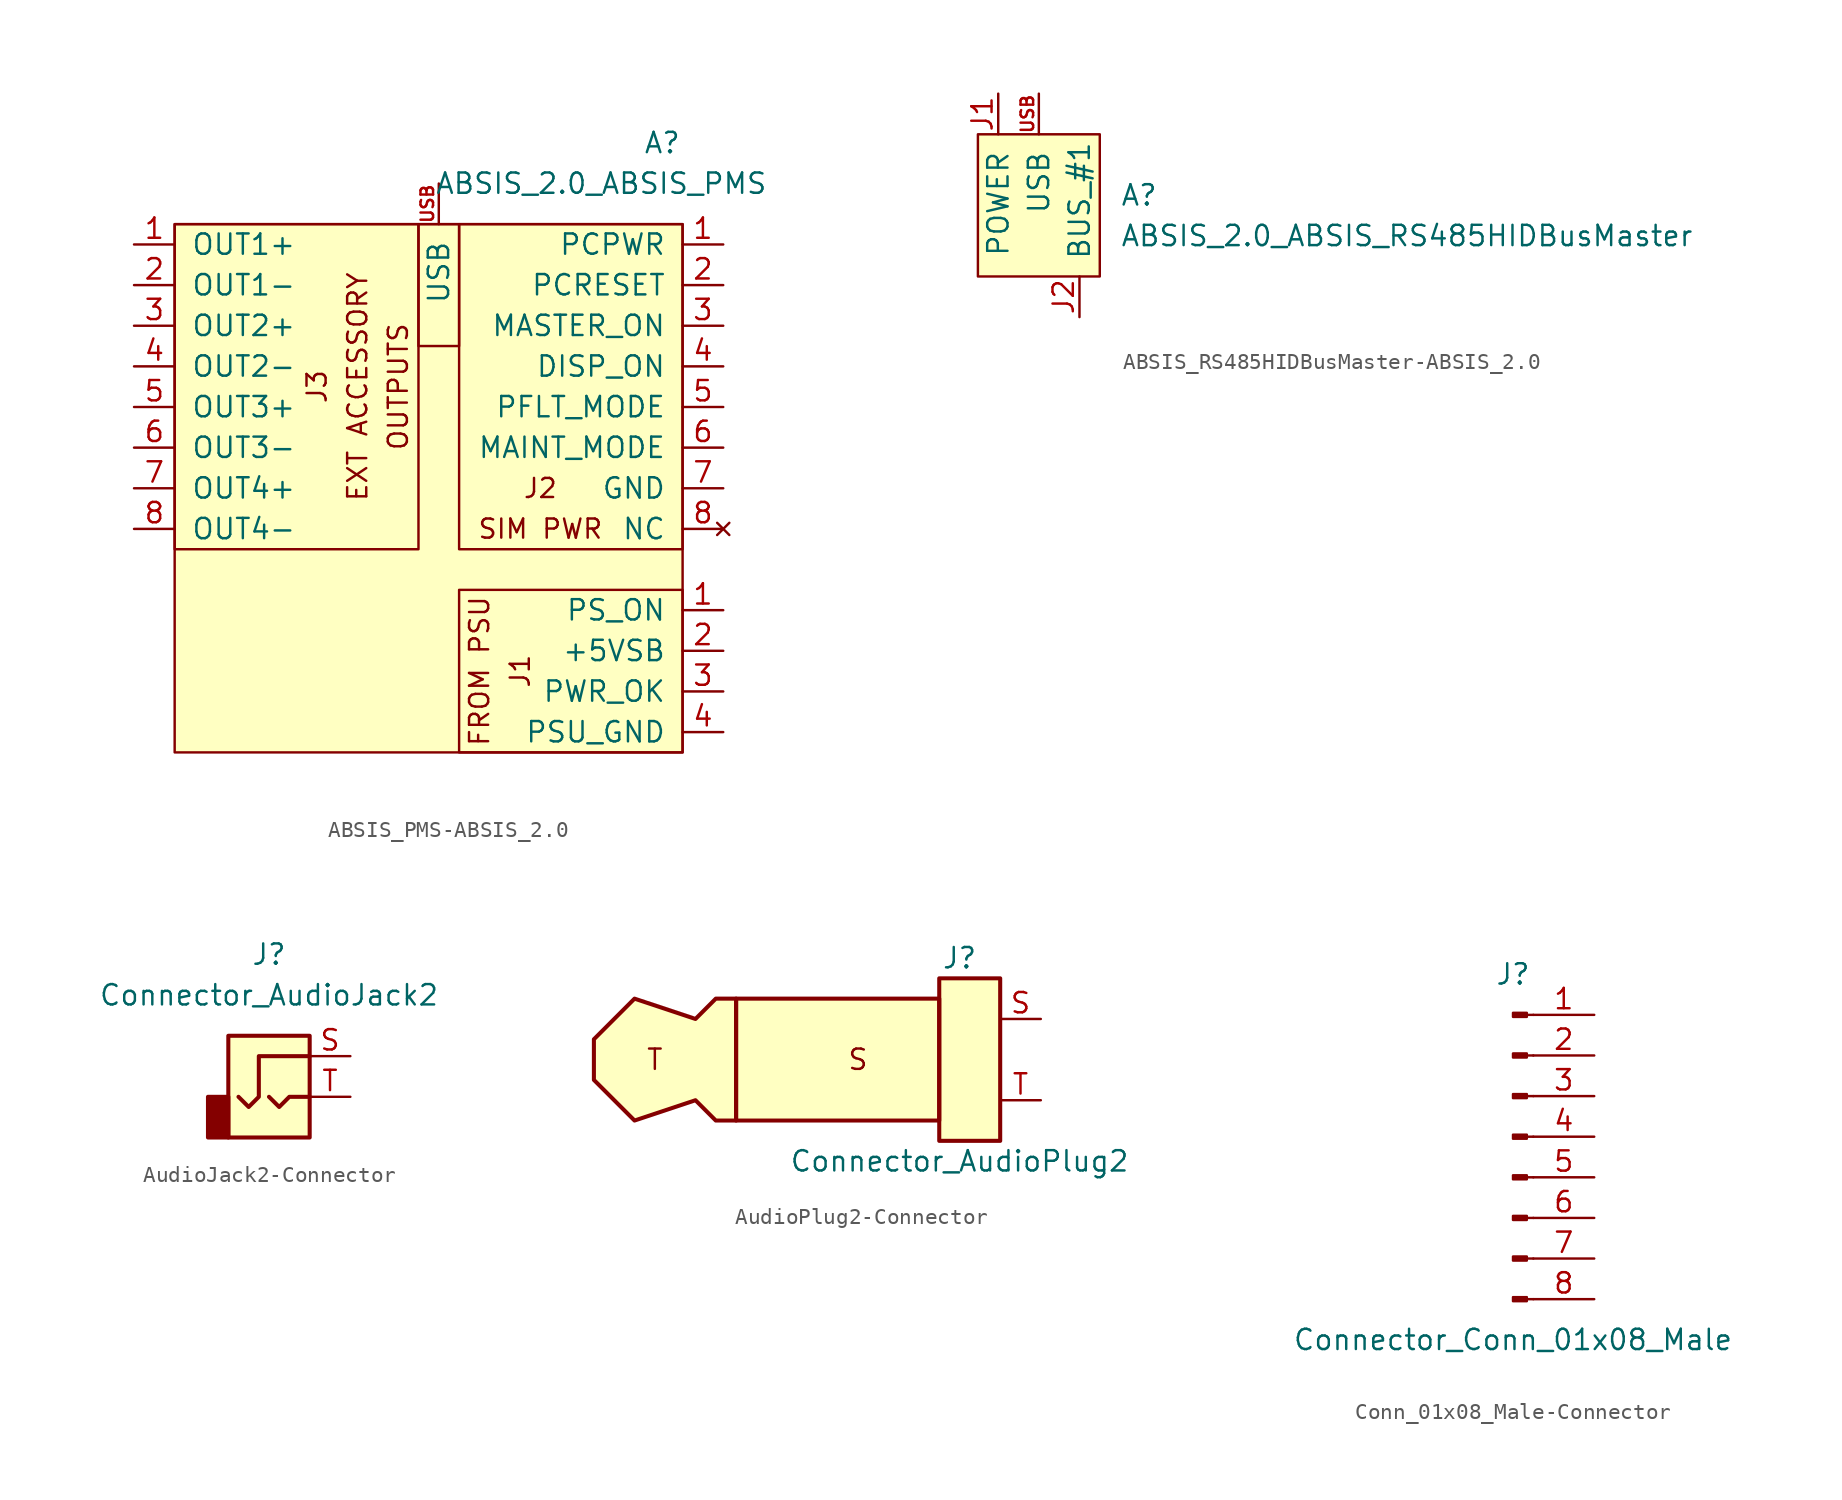
<source format=kicad_sym>
(kicad_symbol_lib
  (version 20220914)
  (generator kicad_symbol_editor)
  (symbol "ABSIS_PMS-ABSIS_2.0"
    (pin_names
      (offset 1.016))
    (property "Reference" "A"
      (at 13.97 19.05 0)
      (effects (font (size 1.27 1.27))))
    (property "Value" "ABSIS_2.0_ABSIS_PMS"
      (at 10.16 16.51 0)
      (effects (font (size 1.27 1.27))))
    (symbol "ABSIS_PMS-ABSIS_2.0_0_0"
      (rectangle (start -16.51 13.97) (end -1.27 -6.35) (stroke (width 0) (type solid)) (fill (type none)))
      (rectangle (start -16.51 13.97) (end 15.24 -19.05) (stroke (width 0) (type solid)) (fill (type background)))
      (rectangle (start -1.27 13.97) (end 1.27 6.35) (stroke (width 0) (type solid)) (fill (type none)))
      (rectangle (start 15.24 -19.05) (end 1.27 -8.89) (stroke (width 0) (type solid)) (fill (type none)))
      (rectangle (start 15.24 -6.35) (end 1.27 13.97) (stroke (width 0) (type solid)) (fill (type none)))
      (text "EXT ACCESSORY" (at -5.08 3.81 900) (effects (font (size 1.194 1.194))))
      (text "FROM PSU" (at 2.54 -13.97 900) (effects (font (size 1.194 1.194))))
      (text "J1" (at 5.08 -13.97 900) (effects (font (size 1.194 1.194))))
      (text "J2" (at 6.35 -2.54 0) (effects (font (size 1.194 1.194))))
      (text "J3" (at -7.62 3.81 900) (effects (font (size 1.194 1.194))))
      (text "OUTPUTS" (at -2.54 3.81 900) (effects (font (size 1.194 1.194))))
      (text "SIM PWR" (at 6.35 -5.08 0) (effects (font (size 1.194 1.194))))
      (pin unspecified line (at -19.05 12.7 0) (length 2.54) (name "OUT1+" (effects (font (size 1.27 1.27)))) (number "1" (effects (font (size 1.27 1.27)))))
      (pin unspecified line (at 17.78 12.7 180) (length 2.54) (name "PCPWR" (effects (font (size 1.27 1.27)))) (number "1" (effects (font (size 1.27 1.27)))))
      (pin unspecified line (at 17.78 -10.16 180) (length 2.54) (name "PS_ON" (effects (font (size 1.27 1.27)))) (number "1" (effects (font (size 1.27 1.27)))))
      (pin unspecified line (at 17.78 -12.7 180) (length 2.54) (name "+5VSB" (effects (font (size 1.27 1.27)))) (number "2" (effects (font (size 1.27 1.27)))))
      (pin unspecified line (at -19.05 10.16 0) (length 2.54) (name "OUT1-" (effects (font (size 1.27 1.27)))) (number "2" (effects (font (size 1.27 1.27)))))
      (pin unspecified line (at 17.78 10.16 180) (length 2.54) (name "PCRESET" (effects (font (size 1.27 1.27)))) (number "2" (effects (font (size 1.27 1.27)))))
      (pin unspecified line (at 17.78 7.62 180) (length 2.54) (name "MASTER_ON" (effects (font (size 1.27 1.27)))) (number "3" (effects (font (size 1.27 1.27)))))
      (pin unspecified line (at -19.05 7.62 0) (length 2.54) (name "OUT2+" (effects (font (size 1.27 1.27)))) (number "3" (effects (font (size 1.27 1.27)))))
      (pin unspecified line (at 17.78 -15.24 180) (length 2.54) (name "PWR_OK" (effects (font (size 1.27 1.27)))) (number "3" (effects (font (size 1.27 1.27)))))
      (pin unspecified line (at 17.78 5.08 180) (length 2.54) (name "DISP_ON" (effects (font (size 1.27 1.27)))) (number "4" (effects (font (size 1.27 1.27)))))
      (pin unspecified line (at -19.05 5.08 0) (length 2.54) (name "OUT2-" (effects (font (size 1.27 1.27)))) (number "4" (effects (font (size 1.27 1.27)))))
      (pin unspecified line (at 17.78 -17.78 180) (length 2.54) (name "PSU_GND" (effects (font (size 1.27 1.27)))) (number "4" (effects (font (size 1.27 1.27)))))
      (pin unspecified line (at -19.05 2.54 0) (length 2.54) (name "OUT3+" (effects (font (size 1.27 1.27)))) (number "5" (effects (font (size 1.27 1.27)))))
      (pin unspecified line (at 17.78 2.54 180) (length 2.54) (name "PFLT_MODE" (effects (font (size 1.27 1.27)))) (number "5" (effects (font (size 1.27 1.27)))))
      (pin unspecified line (at 17.78 0 180) (length 2.54) (name "MAINT_MODE" (effects (font (size 1.27 1.27)))) (number "6" (effects (font (size 1.27 1.27)))))
      (pin unspecified line (at -19.05 0 0) (length 2.54) (name "OUT3-" (effects (font (size 1.27 1.27)))) (number "6" (effects (font (size 1.27 1.27)))))
      (pin unspecified line (at 17.78 -2.54 180) (length 2.54) (name "GND" (effects (font (size 1.27 1.27)))) (number "7" (effects (font (size 1.27 1.27)))))
      (pin unspecified line (at -19.05 -2.54 0) (length 2.54) (name "OUT4+" (effects (font (size 1.27 1.27)))) (number "7" (effects (font (size 1.27 1.27)))))
      (pin no_connect line (at 17.78 -5.08 180) (length 2.54) (name "NC" (effects (font (size 1.27 1.27)))) (number "8" (effects (font (size 1.27 1.27)))))
      (pin unspecified line (at -19.05 -5.08 0) (length 2.54) (name "OUT4-" (effects (font (size 1.27 1.27)))) (number "8" (effects (font (size 1.27 1.27)))))
      (pin unspecified line (at 0 16.51 270) (length 2.54) (name "USB" (effects (font (size 1.27 1.27)))) (number "USB" (effects (font (size 0.787 0.787)))))))
  (symbol "ABSIS_RS485HIDBusMaster-ABSIS_2.0"
    (pin_names
      (offset 1.016))
    (property "Reference" "A"
      (at 5.08 1.27 0)
      (effects (font (size 1.27 1.27)) (justify left)))
    (property "Value" "ABSIS_2.0_ABSIS_RS485HIDBusMaster"
      (at 5.08 -1.27 0)
      (effects (font (size 1.27 1.27)) (justify left)))
    (symbol "ABSIS_RS485HIDBusMaster-ABSIS_2.0_0_0"
      (pin unspecified line (at -2.54 7.62 270) (length 2.54) (name "POWER" (effects (font (size 1.27 1.27)))) (number "J1" (effects (font (size 1.27 1.27)))))
      (pin unspecified line (at 2.54 -6.35 90) (length 2.54) (name "BUS_#1" (effects (font (size 1.27 1.27)))) (number "J2" (effects (font (size 1.27 1.27)))))
      (pin unspecified line (at 0 7.62 270) (length 2.54) (name "USB" (effects (font (size 1.27 1.27)))) (number "USB" (effects (font (size 0.787 0.787))))))
    (symbol "ABSIS_RS485HIDBusMaster-ABSIS_2.0_0_1"
      (rectangle (start -3.81 5.08) (end 3.81 -3.81) (stroke (width 0) (type solid)) (fill (type background)))))
  (symbol "AudioJack2-Connector"
    (property "Reference" "J"
      (at 0 8.89 0)
      (effects (font (size 1.27 1.27))))
    (property "Value" "Connector_AudioJack2"
      (at 0 6.35 0)
      (effects (font (size 1.27 1.27))))
    (symbol "AudioJack2-Connector_0_1"
      (rectangle (start -3.81 0) (end -2.54 -2.54) (stroke (width 0.254) (type solid)) (fill (type outline)))
      (rectangle (start -2.54 3.81) (end 2.54 -2.54) (stroke (width 0.254) (type solid)) (fill (type background)))
      (polyline (pts (xy 0 0) (xy 0.635 -0.635) (xy 1.27 0) (xy 2.54 0)) (stroke (width 0.254) (type solid)) (fill (type none)))
      (polyline (pts (xy 2.54 2.54) (xy -0.635 2.54) (xy -0.635 0) (xy -1.27 -0.635) (xy -1.905 0)) (stroke (width 0.254) (type solid)) (fill (type none))))
    (symbol "AudioJack2-Connector_1_1"
      (pin passive line (at 5.08 2.54 180) (length 2.54) (name "~" (effects (font (size 1.27 1.27)))) (number "S" (effects (font (size 1.27 1.27)))))
      (pin passive line (at 5.08 0 180) (length 2.54) (name "~" (effects (font (size 1.27 1.27)))) (number "T" (effects (font (size 1.27 1.27)))))))
  (symbol "AudioPlug2-Connector"
    (property "Reference" "J"
      (at 10.16 6.35 0)
      (effects (font (size 1.27 1.27))))
    (property "Value" "Connector_AudioPlug2"
      (at 10.16 -6.35 0)
      (effects (font (size 1.27 1.27))))
    (symbol "AudioPlug2-Connector_0_0"
      (text "S" (at 3.81 0 0) (effects (font (size 1.27 1.27))))
      (text "T" (at -8.89 0 0) (effects (font (size 1.27 1.27)))))
    (symbol "AudioPlug2-Connector_0_1"
      (rectangle (start -3.81 3.81) (end 8.89 -3.81) (stroke (width 0.254) (type solid)) (fill (type background)))
      (polyline (pts (xy -3.81 3.81) (xy -5.08 3.81) (xy -6.35 2.54) (xy -10.16 3.81) (xy -12.7 1.27) (xy -12.7 -1.27) (xy -10.16 -3.81) (xy -6.35 -2.54) (xy -5.08 -3.81) (xy -3.81 -3.81) (xy -3.81 3.81)) (stroke (width 0.254) (type solid)) (fill (type background)))
      (rectangle (start 12.7 5.08) (end 8.89 -5.08) (stroke (width 0.254) (type solid)) (fill (type background))))
    (symbol "AudioPlug2-Connector_1_1"
      (pin passive line (at 15.24 2.54 180) (length 2.54) (name "~" (effects (font (size 1.27 1.27)))) (number "S" (effects (font (size 1.27 1.27)))))
      (pin passive line (at 15.24 -2.54 180) (length 2.54) (name "~" (effects (font (size 1.27 1.27)))) (number "T" (effects (font (size 1.27 1.27)))))))
  (symbol "Conn_01x08_Male-Connector"
    (pin_names
      (offset 1.016) hide)
    (property "Reference" "J"
      (at 0 10.16 0)
      (effects (font (size 1.27 1.27))))
    (property "Value" "Connector_Conn_01x08_Male"
      (at 0 -12.7 0)
      (effects (font (size 1.27 1.27))))
    (symbol "Conn_01x08_Male-Connector_1_1"
      (polyline (pts (xy 1.27 -10.16) (xy 0.864 -10.16)) (stroke (width 0.152) (type solid)) (fill (type none)))
      (polyline (pts (xy 1.27 -7.62) (xy 0.864 -7.62)) (stroke (width 0.152) (type solid)) (fill (type none)))
      (polyline (pts (xy 1.27 -5.08) (xy 0.864 -5.08)) (stroke (width 0.152) (type solid)) (fill (type none)))
      (polyline (pts (xy 1.27 -2.54) (xy 0.864 -2.54)) (stroke (width 0.152) (type solid)) (fill (type none)))
      (polyline (pts (xy 1.27 0) (xy 0.864 0)) (stroke (width 0.152) (type solid)) (fill (type none)))
      (polyline (pts (xy 1.27 2.54) (xy 0.864 2.54)) (stroke (width 0.152) (type solid)) (fill (type none)))
      (polyline (pts (xy 1.27 5.08) (xy 0.864 5.08)) (stroke (width 0.152) (type solid)) (fill (type none)))
      (polyline (pts (xy 1.27 7.62) (xy 0.864 7.62)) (stroke (width 0.152) (type solid)) (fill (type none)))
      (rectangle (start 0.864 -10.033) (end 0 -10.287) (stroke (width 0.152) (type solid)) (fill (type outline)))
      (rectangle (start 0.864 -7.493) (end 0 -7.747) (stroke (width 0.152) (type solid)) (fill (type outline)))
      (rectangle (start 0.864 -4.953) (end 0 -5.207) (stroke (width 0.152) (type solid)) (fill (type outline)))
      (rectangle (start 0.864 -2.413) (end 0 -2.667) (stroke (width 0.152) (type solid)) (fill (type outline)))
      (rectangle (start 0.864 0.127) (end 0 -0.127) (stroke (width 0.152) (type solid)) (fill (type outline)))
      (rectangle (start 0.864 2.667) (end 0 2.413) (stroke (width 0.152) (type solid)) (fill (type outline)))
      (rectangle (start 0.864 5.207) (end 0 4.953) (stroke (width 0.152) (type solid)) (fill (type outline)))
      (rectangle (start 0.864 7.747) (end 0 7.493) (stroke (width 0.152) (type solid)) (fill (type outline)))
      (pin passive line (at 5.08 7.62 180) (length 3.81) (name "Pin_1" (effects (font (size 1.27 1.27)))) (number "1" (effects (font (size 1.27 1.27)))))
      (pin passive line (at 5.08 5.08 180) (length 3.81) (name "Pin_2" (effects (font (size 1.27 1.27)))) (number "2" (effects (font (size 1.27 1.27)))))
      (pin passive line (at 5.08 2.54 180) (length 3.81) (name "Pin_3" (effects (font (size 1.27 1.27)))) (number "3" (effects (font (size 1.27 1.27)))))
      (pin passive line (at 5.08 0 180) (length 3.81) (name "Pin_4" (effects (font (size 1.27 1.27)))) (number "4" (effects (font (size 1.27 1.27)))))
      (pin passive line (at 5.08 -2.54 180) (length 3.81) (name "Pin_5" (effects (font (size 1.27 1.27)))) (number "5" (effects (font (size 1.27 1.27)))))
      (pin passive line (at 5.08 -5.08 180) (length 3.81) (name "Pin_6" (effects (font (size 1.27 1.27)))) (number "6" (effects (font (size 1.27 1.27)))))
      (pin passive line (at 5.08 -7.62 180) (length 3.81) (name "Pin_7" (effects (font (size 1.27 1.27)))) (number "7" (effects (font (size 1.27 1.27)))))
      (pin passive line (at 5.08 -10.16 180) (length 3.81) (name "Pin_8" (effects (font (size 1.27 1.27)))) (number "8" (effects (font (size 1.27 1.27))))))))
</source>
